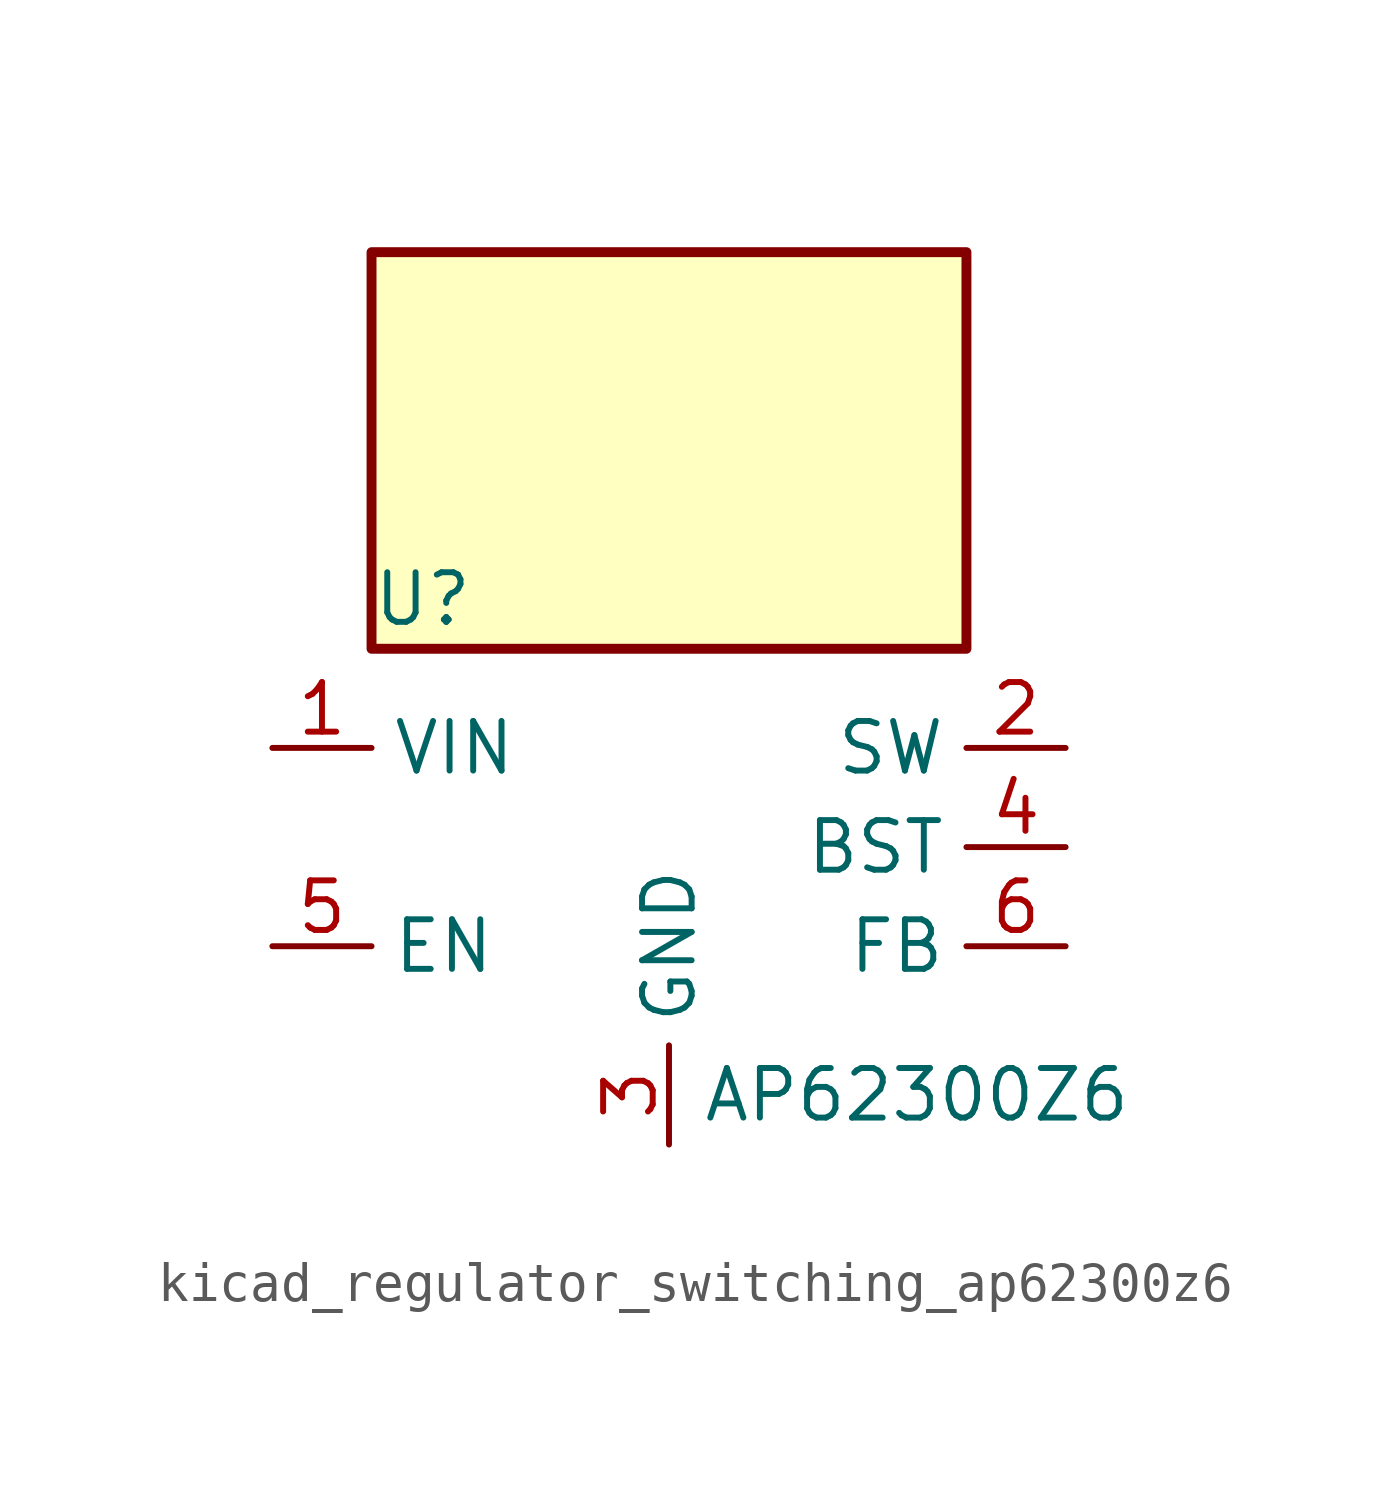
<source format=kicad_sym>
(kicad_symbol_lib
  (version 20220914)
  (generator kicad_symbol_editor)
  (symbol "kicad_regulator_switching_ap62300z6"
    (property "Reference" "U"
      (at -7.62 6.35 0)
      (effects (font (size 1.27 1.27)) (justify left)))
    (property "Value" "AP62300Z6"
      (at 6.35 -6.35 0)
      (effects (font (size 1.27 1.27))))
    (symbol "kicad_regulator_switching_ap62300z6_0_1"
      (rectangle (start 7.62 15.24) (end -7.62 5.08) (stroke (width 0.254) (type default)) (fill (type background))))
    (symbol "kicad_regulator_switching_ap62300z6_1_1"
      (pin power_in line (at -10.16 2.54 0) (length 2.54) (name "VIN" (effects (font (size 1.27 1.27)))) (number "1" (effects (font (size 1.27 1.27)))))
      (pin output line (at 10.16 2.54 180) (length 2.54) (name "SW" (effects (font (size 1.27 1.27)))) (number "2" (effects (font (size 1.27 1.27)))))
      (pin power_in line (at 0 -7.62 90) (length 2.54) (name "GND" (effects (font (size 1.27 1.27)))) (number "3" (effects (font (size 1.27 1.27)))))
      (pin passive line (at 10.16 0 180) (length 2.54) (name "BST" (effects (font (size 1.27 1.27)))) (number "4" (effects (font (size 1.27 1.27)))))
      (pin input line (at -10.16 -2.54 0) (length 2.54) (name "EN" (effects (font (size 1.27 1.27)))) (number "5" (effects (font (size 1.27 1.27)))))
      (pin input line (at 10.16 -2.54 180) (length 2.54) (name "FB" (effects (font (size 1.27 1.27)))) (number "6" (effects (font (size 1.27 1.27))))))))
</source>
